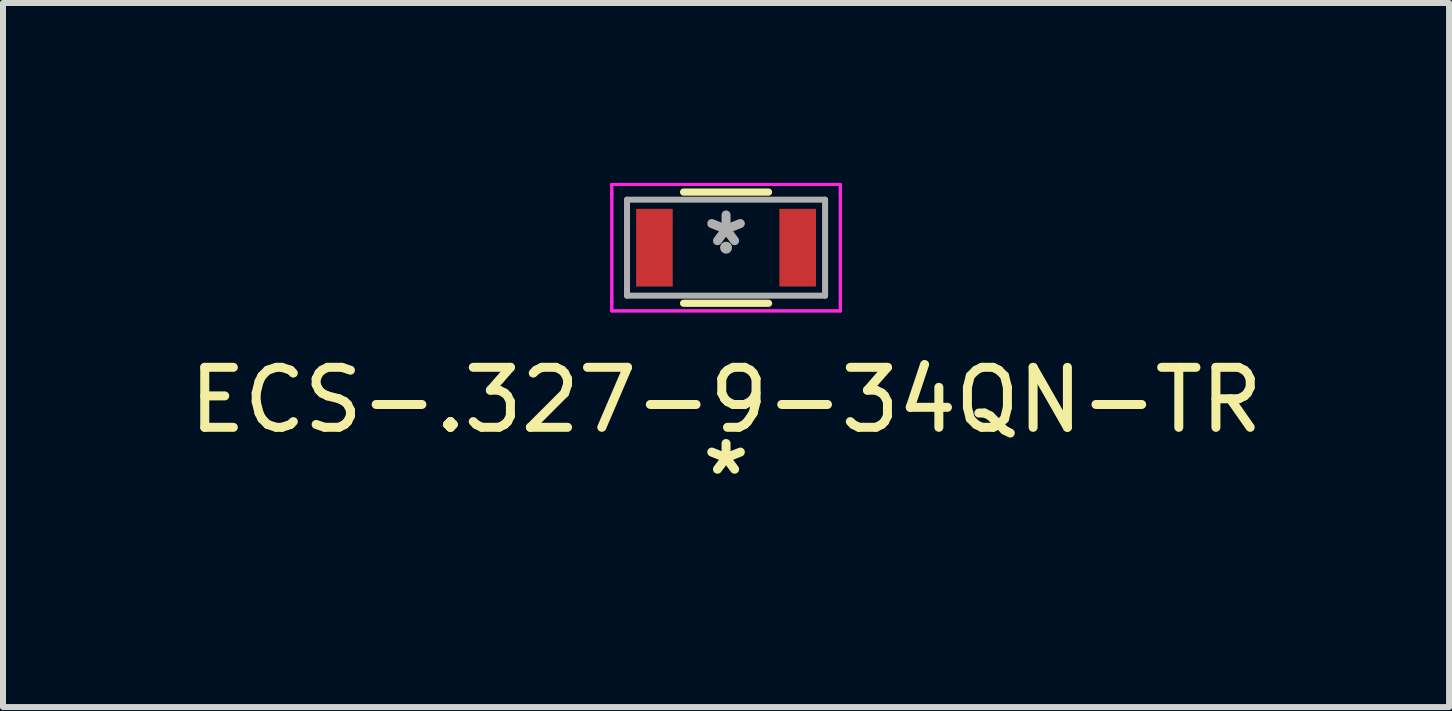
<source format=kicad_pcb>
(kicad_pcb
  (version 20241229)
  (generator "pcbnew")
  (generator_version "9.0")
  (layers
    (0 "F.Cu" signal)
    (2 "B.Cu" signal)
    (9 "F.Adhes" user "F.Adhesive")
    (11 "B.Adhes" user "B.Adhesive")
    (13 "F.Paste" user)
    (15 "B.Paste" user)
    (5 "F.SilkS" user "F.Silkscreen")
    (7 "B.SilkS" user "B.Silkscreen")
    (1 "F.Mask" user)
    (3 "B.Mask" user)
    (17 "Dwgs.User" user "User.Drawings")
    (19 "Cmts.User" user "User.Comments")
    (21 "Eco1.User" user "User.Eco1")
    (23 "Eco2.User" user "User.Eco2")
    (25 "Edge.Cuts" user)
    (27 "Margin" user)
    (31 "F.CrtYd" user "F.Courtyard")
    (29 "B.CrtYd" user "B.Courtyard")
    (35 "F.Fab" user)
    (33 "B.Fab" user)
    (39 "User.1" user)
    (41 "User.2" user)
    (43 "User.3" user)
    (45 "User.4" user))
  (footprint "ECS-.327-9-34QN-TR"
    (layer "F.Cu")
    (at 9.054 1.079)
    (property "Reference" "ECS-.327-9-34QN-TR" (at 0 2.54 0) (layer "F.SilkS") (effects (font (size 1 1) (thickness 0.15))))
    (attr through_hole)
    (fp_line (start -0.708 0.927) (end 0.708 0.927) (stroke (width 0.12) (type solid)) (layer "F.SilkS"))
    (fp_line (start 0.708 -0.927) (end -0.708 -0.927) (stroke (width 0.12) (type solid)) (layer "F.SilkS"))
    (fp_line (start -1.905 -1.054) (end 1.905 -1.054) (stroke (width 0.05) (type solid)) (layer "F.CrtYd"))
    (fp_line (start -1.905 -1.054) (end 1.905 -1.054) (stroke (width 0.05) (type solid)) (layer "F.CrtYd"))
    (fp_line (start -1.905 -0.902) (end -1.905 -1.054) (stroke (width 0.05) (type solid)) (layer "F.CrtYd"))
    (fp_line (start -1.905 -0.902) (end -1.905 -1.054) (stroke (width 0.05) (type solid)) (layer "F.CrtYd"))
    (fp_line (start -1.905 -0.902) (end -1.905 -0.902) (stroke (width 0.05) (type solid)) (layer "F.CrtYd"))
    (fp_line (start -1.905 -0.902) (end -1.905 -0.902) (stroke (width 0.05) (type solid)) (layer "F.CrtYd"))
    (fp_line (start -1.905 0.902) (end -1.905 -0.902) (stroke (width 0.05) (type solid)) (layer "F.CrtYd"))
    (fp_line (start -1.905 0.902) (end -1.905 -0.902) (stroke (width 0.05) (type solid)) (layer "F.CrtYd"))
    (fp_line (start -1.905 0.902) (end -1.905 0.902) (stroke (width 0.05) (type solid)) (layer "F.CrtYd"))
    (fp_line (start -1.905 0.902) (end -1.905 0.902) (stroke (width 0.05) (type solid)) (layer "F.CrtYd"))
    (fp_line (start -1.905 1.054) (end -1.905 0.902) (stroke (width 0.05) (type solid)) (layer "F.CrtYd"))
    (fp_line (start -1.905 1.054) (end -1.905 0.902) (stroke (width 0.05) (type solid)) (layer "F.CrtYd"))
    (fp_line (start 1.905 -1.054) (end 1.905 -0.902) (stroke (width 0.05) (type solid)) (layer "F.CrtYd"))
    (fp_line (start 1.905 -1.054) (end 1.905 -0.902) (stroke (width 0.05) (type solid)) (layer "F.CrtYd"))
    (fp_line (start 1.905 -0.902) (end 1.905 -0.902) (stroke (width 0.05) (type solid)) (layer "F.CrtYd"))
    (fp_line (start 1.905 -0.902) (end 1.905 -0.902) (stroke (width 0.05) (type solid)) (layer "F.CrtYd"))
    (fp_line (start 1.905 -0.902) (end 1.905 0.902) (stroke (width 0.05) (type solid)) (layer "F.CrtYd"))
    (fp_line (start 1.905 -0.902) (end 1.905 0.902) (stroke (width 0.05) (type solid)) (layer "F.CrtYd"))
    (fp_line (start 1.905 0.902) (end 1.905 0.902) (stroke (width 0.05) (type solid)) (layer "F.CrtYd"))
    (fp_line (start 1.905 0.902) (end 1.905 0.902) (stroke (width 0.05) (type solid)) (layer "F.CrtYd"))
    (fp_line (start 1.905 0.902) (end 1.905 1.054) (stroke (width 0.05) (type solid)) (layer "F.CrtYd"))
    (fp_line (start 1.905 0.902) (end 1.905 1.054) (stroke (width 0.05) (type solid)) (layer "F.CrtYd"))
    (fp_line (start 1.905 1.054) (end -1.905 1.054) (stroke (width 0.05) (type solid)) (layer "F.CrtYd"))
    (fp_line (start 1.905 1.054) (end -1.905 1.054) (stroke (width 0.05) (type solid)) (layer "F.CrtYd"))
    (fp_line (start -1.651 -0.8) (end -1.651 0.8) (stroke (width 0.1) (type solid)) (layer "F.Fab"))
    (fp_line (start -1.651 0.8) (end 1.651 0.8) (stroke (width 0.1) (type solid)) (layer "F.Fab"))
    (fp_line (start 1.651 -0.8) (end -1.651 -0.8) (stroke (width 0.1) (type solid)) (layer "F.Fab"))
    (fp_line (start 1.651 0.8) (end 1.651 -0.8) (stroke (width 0.1) (type solid)) (layer "F.Fab"))
    (fp_circle (center 0 0) (end 0 0) (stroke (width 0.1) (type solid)) (fill no) (layer "F.Fab"))
    (fp_text user "*" (at 0 3.81 0) (layer "F.SilkS") (effects (font (size 1 1) (thickness 0.15))))
    (fp_text user "*" (at 0 0 0) (layer "F.Fab") (effects (font (size 1 1) (thickness 0.15))))
    (pad "1" smd rect (at -1.194 0) (size 0.61 1.295) (layers "F.Cu" "F.Mask" "F.Paste"))
    (pad "2" smd rect (at 1.194 0) (size 0.61 1.295) (layers "F.Cu" "F.Mask" "F.Paste")))
  (gr_rect
    (start -3 -3)
    (end 21.107 8.737)
    (stroke (width 0.1) (type default))
    (fill no)
    (layer "Edge.Cuts")))
</source>
